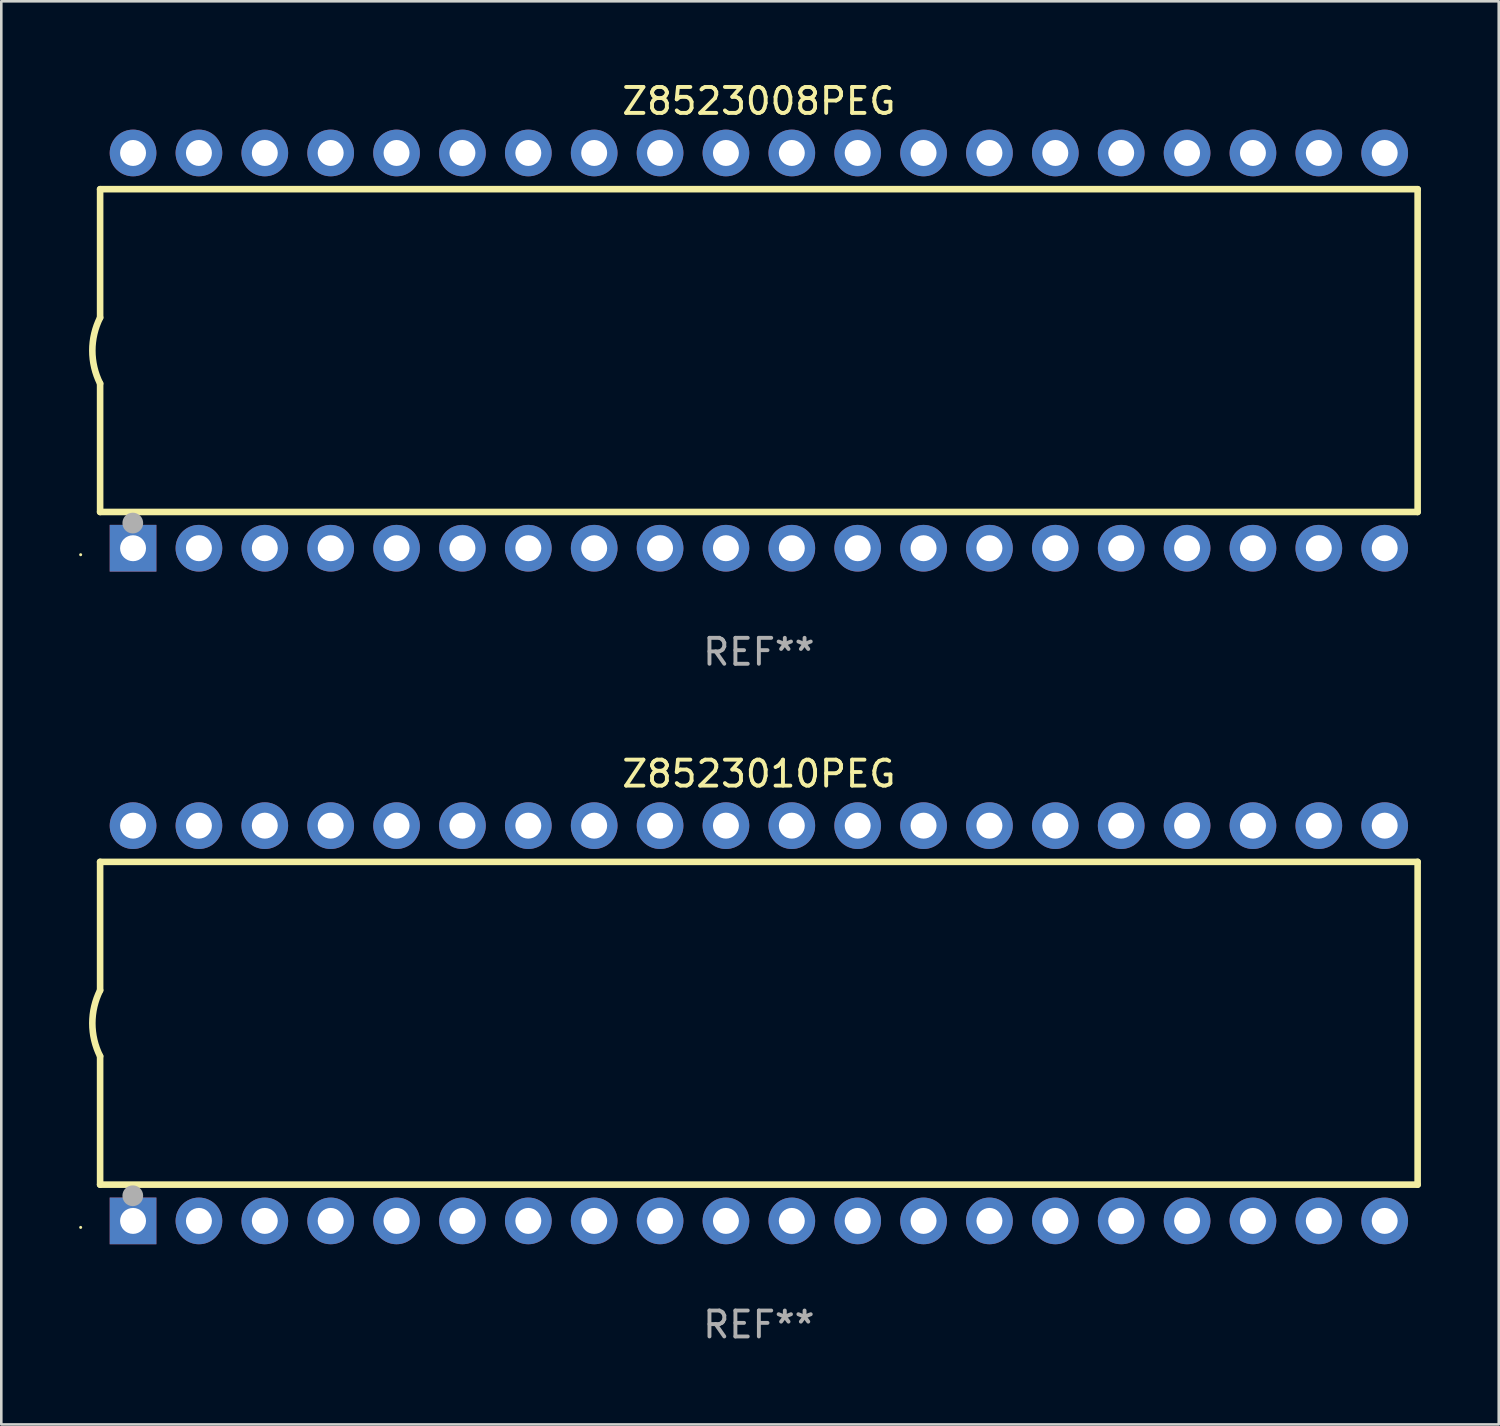
<source format=kicad_pcb>
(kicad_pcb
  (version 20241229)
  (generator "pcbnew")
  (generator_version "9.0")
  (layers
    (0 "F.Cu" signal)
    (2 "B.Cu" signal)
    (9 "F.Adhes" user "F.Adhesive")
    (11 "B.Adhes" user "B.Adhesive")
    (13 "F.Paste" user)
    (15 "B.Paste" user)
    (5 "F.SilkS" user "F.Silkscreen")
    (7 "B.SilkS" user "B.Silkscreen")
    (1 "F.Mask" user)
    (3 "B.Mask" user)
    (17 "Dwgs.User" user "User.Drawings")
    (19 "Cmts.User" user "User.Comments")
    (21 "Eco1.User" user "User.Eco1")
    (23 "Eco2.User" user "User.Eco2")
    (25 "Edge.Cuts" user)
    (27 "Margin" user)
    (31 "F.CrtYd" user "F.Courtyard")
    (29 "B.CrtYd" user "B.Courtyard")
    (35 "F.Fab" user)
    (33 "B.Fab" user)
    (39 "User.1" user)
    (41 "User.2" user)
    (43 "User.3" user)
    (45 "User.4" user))
  (footprint "Z8523008PEG"
    (layer "F.Cu")
    (at 26.21 10.468)
    (property "Reference" "Z8523008PEG" (at 0 -9.62 0) (layer "F.SilkS") (effects (font (size 1 1) (thickness 0.15))))
    (attr through_hole)
    (fp_line (start -25.4 -6.224) (end -25.4 -1.271) (stroke (width 0.254) (type solid)) (layer "F.SilkS"))
    (fp_line (start -25.4 -6.224) (end 25.4 -6.224) (stroke (width 0.254) (type solid)) (layer "F.SilkS"))
    (fp_line (start -25.4 1.269) (end -25.4 6.222) (stroke (width 0.254) (type solid)) (layer "F.SilkS"))
    (fp_line (start -25.4 6.222) (end 25.4 6.222) (stroke (width 0.254) (type solid)) (layer "F.SilkS"))
    (fp_line (start 25.4 6.222) (end 25.4 -6.224) (stroke (width 0.254) (type solid)) (layer "F.SilkS"))
    (fp_arc (start -25.4 1.269241) (mid -25.699807 -0.000762) (end -25.4 -1.270765) (stroke (width 0.254001) (type solid)) (layer "F.SilkS"))
    (fp_circle (center -26.15 7.87) (end -26.12 7.87) (stroke (width 0.06) (type solid)) (fill no) (layer "F.SilkS"))
    (fp_circle (center -24.14 6.65) (end -23.94 6.65) (stroke (width 0.4) (type solid)) (fill no) (layer "F.Fab"))
    (fp_text user "REF**" (at 0 11.62 0) (layer "F.Fab") (effects (font (size 1 1) (thickness 0.15))))
    (pad "1" thru_hole rect (at -24.13 7.62 90) (size 1.8 1.8) (drill 1) (layers "*.Cu" "*.Mask"))
    (pad "2" thru_hole circle (at -21.59 7.62) (size 1.8 1.8) (drill 1) (layers "*.Cu" "*.Mask"))
    (pad "3" thru_hole circle (at -19.05 7.62) (size 1.8 1.8) (drill 1) (layers "*.Cu" "*.Mask"))
    (pad "4" thru_hole circle (at -16.51 7.62) (size 1.8 1.8) (drill 1) (layers "*.Cu" "*.Mask"))
    (pad "5" thru_hole circle (at -13.97 7.62) (size 1.8 1.8) (drill 1) (layers "*.Cu" "*.Mask"))
    (pad "6" thru_hole circle (at -11.43 7.62) (size 1.8 1.8) (drill 1) (layers "*.Cu" "*.Mask"))
    (pad "7" thru_hole circle (at -8.89 7.62) (size 1.8 1.8) (drill 1) (layers "*.Cu" "*.Mask"))
    (pad "8" thru_hole circle (at -6.35 7.62) (size 1.8 1.8) (drill 1) (layers "*.Cu" "*.Mask"))
    (pad "9" thru_hole circle (at -3.81 7.62) (size 1.8 1.8) (drill 1) (layers "*.Cu" "*.Mask"))
    (pad "10" thru_hole circle (at -1.27 7.62) (size 1.8 1.8) (drill 1) (layers "*.Cu" "*.Mask"))
    (pad "11" thru_hole circle (at 1.27 7.62) (size 1.8 1.8) (drill 1) (layers "*.Cu" "*.Mask"))
    (pad "12" thru_hole circle (at 3.81 7.62) (size 1.8 1.8) (drill 1) (layers "*.Cu" "*.Mask"))
    (pad "13" thru_hole circle (at 6.35 7.62) (size 1.8 1.8) (drill 1) (layers "*.Cu" "*.Mask"))
    (pad "14" thru_hole circle (at 8.89 7.62) (size 1.8 1.8) (drill 1) (layers "*.Cu" "*.Mask"))
    (pad "15" thru_hole circle (at 11.43 7.62) (size 1.8 1.8) (drill 1) (layers "*.Cu" "*.Mask"))
    (pad "16" thru_hole circle (at 13.97 7.62) (size 1.8 1.8) (drill 1) (layers "*.Cu" "*.Mask"))
    (pad "17" thru_hole circle (at 16.51 7.62) (size 1.8 1.8) (drill 1) (layers "*.Cu" "*.Mask"))
    (pad "18" thru_hole circle (at 19.05 7.62) (size 1.8 1.8) (drill 1) (layers "*.Cu" "*.Mask"))
    (pad "19" thru_hole circle (at 21.59 7.62) (size 1.8 1.8) (drill 1) (layers "*.Cu" "*.Mask"))
    (pad "20" thru_hole circle (at 24.13 7.62) (size 1.8 1.8) (drill 1) (layers "*.Cu" "*.Mask"))
    (pad "21" thru_hole circle (at 24.13 -7.62) (size 1.8 1.8) (drill 1) (layers "*.Cu" "*.Mask"))
    (pad "22" thru_hole circle (at 21.59 -7.62) (size 1.8 1.8) (drill 1) (layers "*.Cu" "*.Mask"))
    (pad "23" thru_hole circle (at 19.05 -7.62) (size 1.8 1.8) (drill 1) (layers "*.Cu" "*.Mask"))
    (pad "24" thru_hole circle (at 16.51 -7.62) (size 1.8 1.8) (drill 1) (layers "*.Cu" "*.Mask"))
    (pad "25" thru_hole circle (at 13.97 -7.62) (size 1.8 1.8) (drill 1) (layers "*.Cu" "*.Mask"))
    (pad "26" thru_hole circle (at 11.43 -7.62) (size 1.8 1.8) (drill 1) (layers "*.Cu" "*.Mask"))
    (pad "27" thru_hole circle (at 8.89 -7.62) (size 1.8 1.8) (drill 1) (layers "*.Cu" "*.Mask"))
    (pad "28" thru_hole circle (at 6.35 -7.62) (size 1.8 1.8) (drill 1) (layers "*.Cu" "*.Mask"))
    (pad "29" thru_hole circle (at 3.81 -7.62) (size 1.8 1.8) (drill 1) (layers "*.Cu" "*.Mask"))
    (pad "30" thru_hole circle (at 1.27 -7.62) (size 1.8 1.8) (drill 1) (layers "*.Cu" "*.Mask"))
    (pad "31" thru_hole circle (at -1.27 -7.62) (size 1.8 1.8) (drill 1) (layers "*.Cu" "*.Mask"))
    (pad "32" thru_hole circle (at -3.81 -7.62) (size 1.8 1.8) (drill 1) (layers "*.Cu" "*.Mask"))
    (pad "33" thru_hole circle (at -6.35 -7.62) (size 1.8 1.8) (drill 1) (layers "*.Cu" "*.Mask"))
    (pad "34" thru_hole circle (at -8.89 -7.62) (size 1.8 1.8) (drill 1) (layers "*.Cu" "*.Mask"))
    (pad "35" thru_hole circle (at -11.43 -7.62) (size 1.8 1.8) (drill 1) (layers "*.Cu" "*.Mask"))
    (pad "36" thru_hole circle (at -13.97 -7.62) (size 1.8 1.8) (drill 1) (layers "*.Cu" "*.Mask"))
    (pad "37" thru_hole circle (at -16.51 -7.62) (size 1.8 1.8) (drill 1) (layers "*.Cu" "*.Mask"))
    (pad "38" thru_hole circle (at -19.05 -7.62) (size 1.8 1.8) (drill 1) (layers "*.Cu" "*.Mask"))
    (pad "39" thru_hole circle (at -21.59 -7.62) (size 1.8 1.8) (drill 1) (layers "*.Cu" "*.Mask"))
    (pad "40" thru_hole circle (at -24.13 -7.62) (size 1.8 1.8) (drill 1) (layers "*.Cu" "*.Mask")))
  (footprint "Z8523010PEG"
    (layer "F.Cu")
    (at 26.21 36.405)
    (property "Reference" "Z8523010PEG" (at 0 -9.62 0) (layer "F.SilkS") (effects (font (size 1 1) (thickness 0.15))))
    (attr through_hole)
    (fp_line (start -25.4 -6.224) (end -25.4 -1.271) (stroke (width 0.254) (type solid)) (layer "F.SilkS"))
    (fp_line (start -25.4 -6.224) (end 25.4 -6.224) (stroke (width 0.254) (type solid)) (layer "F.SilkS"))
    (fp_line (start -25.4 1.269) (end -25.4 6.222) (stroke (width 0.254) (type solid)) (layer "F.SilkS"))
    (fp_line (start -25.4 6.222) (end 25.4 6.222) (stroke (width 0.254) (type solid)) (layer "F.SilkS"))
    (fp_line (start 25.4 6.222) (end 25.4 -6.224) (stroke (width 0.254) (type solid)) (layer "F.SilkS"))
    (fp_arc (start -25.4 1.269241) (mid -25.699807 -0.000762) (end -25.4 -1.270765) (stroke (width 0.254001) (type solid)) (layer "F.SilkS"))
    (fp_circle (center -26.15 7.87) (end -26.12 7.87) (stroke (width 0.06) (type solid)) (fill no) (layer "F.SilkS"))
    (fp_circle (center -24.14 6.65) (end -23.94 6.65) (stroke (width 0.4) (type solid)) (fill no) (layer "F.Fab"))
    (fp_text user "REF**" (at 0 11.62 0) (layer "F.Fab") (effects (font (size 1 1) (thickness 0.15))))
    (pad "1" thru_hole rect (at -24.13 7.62 90) (size 1.8 1.8) (drill 1) (layers "*.Cu" "*.Mask"))
    (pad "2" thru_hole circle (at -21.59 7.62) (size 1.8 1.8) (drill 1) (layers "*.Cu" "*.Mask"))
    (pad "3" thru_hole circle (at -19.05 7.62) (size 1.8 1.8) (drill 1) (layers "*.Cu" "*.Mask"))
    (pad "4" thru_hole circle (at -16.51 7.62) (size 1.8 1.8) (drill 1) (layers "*.Cu" "*.Mask"))
    (pad "5" thru_hole circle (at -13.97 7.62) (size 1.8 1.8) (drill 1) (layers "*.Cu" "*.Mask"))
    (pad "6" thru_hole circle (at -11.43 7.62) (size 1.8 1.8) (drill 1) (layers "*.Cu" "*.Mask"))
    (pad "7" thru_hole circle (at -8.89 7.62) (size 1.8 1.8) (drill 1) (layers "*.Cu" "*.Mask"))
    (pad "8" thru_hole circle (at -6.35 7.62) (size 1.8 1.8) (drill 1) (layers "*.Cu" "*.Mask"))
    (pad "9" thru_hole circle (at -3.81 7.62) (size 1.8 1.8) (drill 1) (layers "*.Cu" "*.Mask"))
    (pad "10" thru_hole circle (at -1.27 7.62) (size 1.8 1.8) (drill 1) (layers "*.Cu" "*.Mask"))
    (pad "11" thru_hole circle (at 1.27 7.62) (size 1.8 1.8) (drill 1) (layers "*.Cu" "*.Mask"))
    (pad "12" thru_hole circle (at 3.81 7.62) (size 1.8 1.8) (drill 1) (layers "*.Cu" "*.Mask"))
    (pad "13" thru_hole circle (at 6.35 7.62) (size 1.8 1.8) (drill 1) (layers "*.Cu" "*.Mask"))
    (pad "14" thru_hole circle (at 8.89 7.62) (size 1.8 1.8) (drill 1) (layers "*.Cu" "*.Mask"))
    (pad "15" thru_hole circle (at 11.43 7.62) (size 1.8 1.8) (drill 1) (layers "*.Cu" "*.Mask"))
    (pad "16" thru_hole circle (at 13.97 7.62) (size 1.8 1.8) (drill 1) (layers "*.Cu" "*.Mask"))
    (pad "17" thru_hole circle (at 16.51 7.62) (size 1.8 1.8) (drill 1) (layers "*.Cu" "*.Mask"))
    (pad "18" thru_hole circle (at 19.05 7.62) (size 1.8 1.8) (drill 1) (layers "*.Cu" "*.Mask"))
    (pad "19" thru_hole circle (at 21.59 7.62) (size 1.8 1.8) (drill 1) (layers "*.Cu" "*.Mask"))
    (pad "20" thru_hole circle (at 24.13 7.62) (size 1.8 1.8) (drill 1) (layers "*.Cu" "*.Mask"))
    (pad "21" thru_hole circle (at 24.13 -7.62) (size 1.8 1.8) (drill 1) (layers "*.Cu" "*.Mask"))
    (pad "22" thru_hole circle (at 21.59 -7.62) (size 1.8 1.8) (drill 1) (layers "*.Cu" "*.Mask"))
    (pad "23" thru_hole circle (at 19.05 -7.62) (size 1.8 1.8) (drill 1) (layers "*.Cu" "*.Mask"))
    (pad "24" thru_hole circle (at 16.51 -7.62) (size 1.8 1.8) (drill 1) (layers "*.Cu" "*.Mask"))
    (pad "25" thru_hole circle (at 13.97 -7.62) (size 1.8 1.8) (drill 1) (layers "*.Cu" "*.Mask"))
    (pad "26" thru_hole circle (at 11.43 -7.62) (size 1.8 1.8) (drill 1) (layers "*.Cu" "*.Mask"))
    (pad "27" thru_hole circle (at 8.89 -7.62) (size 1.8 1.8) (drill 1) (layers "*.Cu" "*.Mask"))
    (pad "28" thru_hole circle (at 6.35 -7.62) (size 1.8 1.8) (drill 1) (layers "*.Cu" "*.Mask"))
    (pad "29" thru_hole circle (at 3.81 -7.62) (size 1.8 1.8) (drill 1) (layers "*.Cu" "*.Mask"))
    (pad "30" thru_hole circle (at 1.27 -7.62) (size 1.8 1.8) (drill 1) (layers "*.Cu" "*.Mask"))
    (pad "31" thru_hole circle (at -1.27 -7.62) (size 1.8 1.8) (drill 1) (layers "*.Cu" "*.Mask"))
    (pad "32" thru_hole circle (at -3.81 -7.62) (size 1.8 1.8) (drill 1) (layers "*.Cu" "*.Mask"))
    (pad "33" thru_hole circle (at -6.35 -7.62) (size 1.8 1.8) (drill 1) (layers "*.Cu" "*.Mask"))
    (pad "34" thru_hole circle (at -8.89 -7.62) (size 1.8 1.8) (drill 1) (layers "*.Cu" "*.Mask"))
    (pad "35" thru_hole circle (at -11.43 -7.62) (size 1.8 1.8) (drill 1) (layers "*.Cu" "*.Mask"))
    (pad "36" thru_hole circle (at -13.97 -7.62) (size 1.8 1.8) (drill 1) (layers "*.Cu" "*.Mask"))
    (pad "37" thru_hole circle (at -16.51 -7.62) (size 1.8 1.8) (drill 1) (layers "*.Cu" "*.Mask"))
    (pad "38" thru_hole circle (at -19.05 -7.62) (size 1.8 1.8) (drill 1) (layers "*.Cu" "*.Mask"))
    (pad "39" thru_hole circle (at -21.59 -7.62) (size 1.8 1.8) (drill 1) (layers "*.Cu" "*.Mask"))
    (pad "40" thru_hole circle (at -24.13 -7.62) (size 1.8 1.8) (drill 1) (layers "*.Cu" "*.Mask")))
  (gr_rect
    (start -3 -3)
    (end 54.737 51.873)
    (stroke (width 0.1) (type default))
    (fill no)
    (layer "Edge.Cuts")))
</source>
